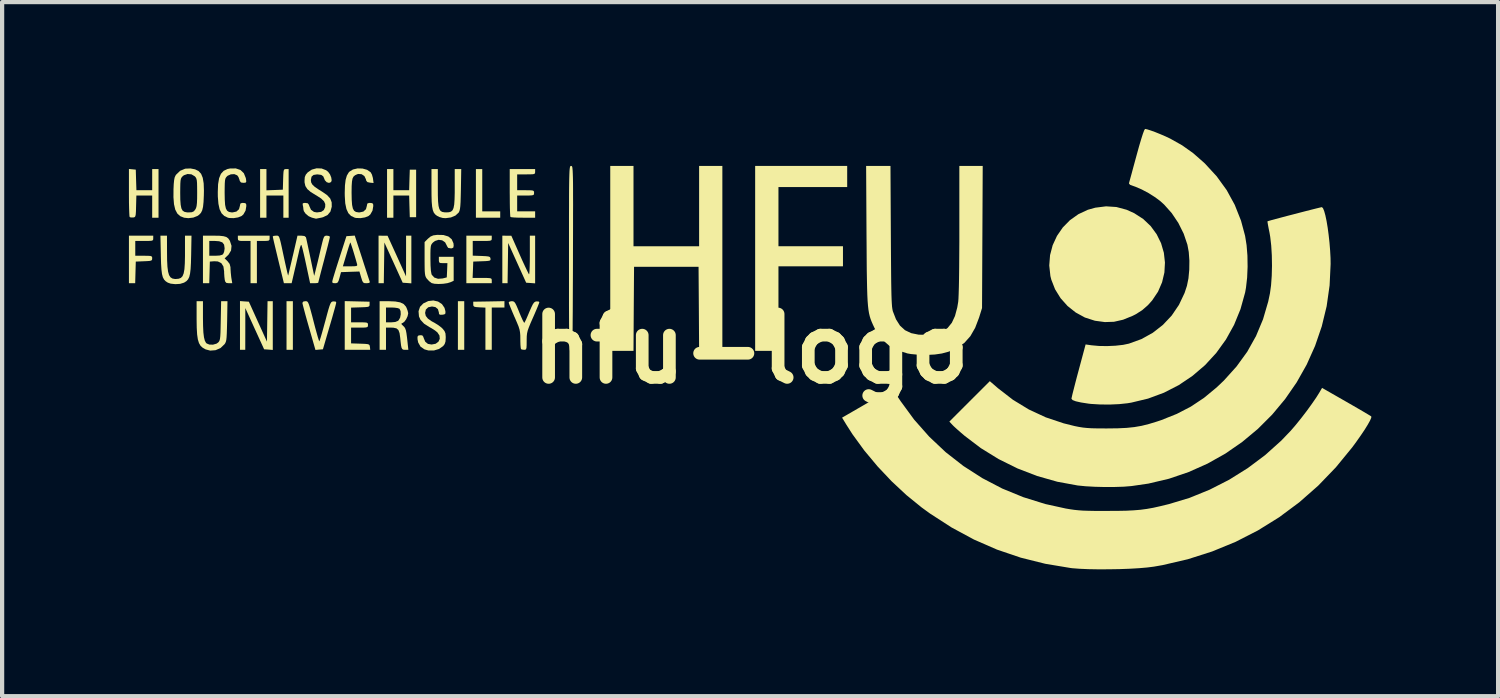
<source format=kicad_pcb>
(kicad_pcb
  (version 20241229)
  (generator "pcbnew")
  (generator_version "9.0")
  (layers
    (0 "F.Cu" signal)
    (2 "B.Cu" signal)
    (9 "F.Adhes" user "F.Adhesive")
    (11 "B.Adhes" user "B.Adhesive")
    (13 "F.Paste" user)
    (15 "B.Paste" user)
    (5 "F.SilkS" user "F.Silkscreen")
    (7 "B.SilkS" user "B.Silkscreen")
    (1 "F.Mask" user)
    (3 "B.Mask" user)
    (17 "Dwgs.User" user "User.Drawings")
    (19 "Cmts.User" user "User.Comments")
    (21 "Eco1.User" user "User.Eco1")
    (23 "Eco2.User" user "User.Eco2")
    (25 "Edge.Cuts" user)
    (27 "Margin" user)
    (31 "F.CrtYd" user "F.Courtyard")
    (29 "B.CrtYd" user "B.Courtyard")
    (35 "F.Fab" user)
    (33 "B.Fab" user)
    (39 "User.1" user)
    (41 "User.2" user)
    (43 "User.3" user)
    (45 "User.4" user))
  (footprint "hfu-logo"
    (layer "F.Cu")
    (at 14.714 5.2)
    (property "Reference" "hfu-logo" (at 0 0 0) (layer "F.SilkS") (effects (font (size 1.5 1.5) (thickness 0.3))))
    (attr board_only exclude_from_pos_files exclude_from_bom allow_missing_courtyard)
    (fp_poly (pts (xy -10.836 -0.55) (xy -10.836 0.025) (xy -10.911 0.025) (xy -10.986 0.025) (xy -10.986 -0.55) (xy -10.986 -1.125) (xy -10.911 -1.125) (xy -10.836 -1.125)) (stroke (width 0) (type solid)) (fill yes) (layer "F.SilkS"))
    (fp_poly (pts (xy -6.782 -0.55) (xy -6.782 0.025) (xy -6.857 0.025) (xy -6.932 0.025) (xy -6.932 -0.55) (xy -6.932 -1.125) (xy -6.857 -1.125) (xy -6.782 -1.125)) (stroke (width 0) (type solid)) (fill yes) (layer "F.SilkS"))
    (fp_poly (pts (xy -6.356 -3.75) (xy -6.356 -3.25) (xy -6.144 -3.25) (xy -5.931 -3.25) (xy -5.931 -3.175) (xy -5.931 -3.1) (xy -6.219 -3.1) (xy -6.506 -3.1) (xy -6.506 -3.675) (xy -6.506 -4.25) (xy -6.431 -4.25) (xy -6.356 -4.25)) (stroke (width 0) (type solid)) (fill yes) (layer "F.SilkS"))
    (fp_poly (pts (xy -5.831 -1.051) (xy -5.831 -0.975) (xy -5.981 -0.975) (xy -6.131 -0.975) (xy -6.131 -0.475) (xy -6.131 0.025) (xy -6.206 0.025) (xy -6.281 0.025) (xy -6.281 -0.474) (xy -6.281 -0.973) (xy -6.425 -0.98) (xy -6.506 -0.986) (xy -6.549 -0.997) (xy -6.566 -1.018) (xy -6.569 -1.05) (xy -6.569 -1.113) (xy -6.2 -1.119) (xy -5.831 -1.126)) (stroke (width 0) (type solid)) (fill yes) (layer "F.SilkS"))
    (fp_poly (pts (xy -11.982 -1.12) (xy -11.877 -1.113) (xy -11.663 -0.64) (xy -11.449 -0.168) (xy -11.442 -0.646) (xy -11.435 -1.125) (xy -11.373 -1.125) (xy -11.311 -1.125) (xy -11.311 -0.549) (xy -11.311 0.028) (xy -11.414 0.02) (xy -11.516 0.013) (xy -11.739 -0.475) (xy -11.961 -0.963) (xy -11.961 -0.469) (xy -11.962 0.025) (xy -12.024 0.025) (xy -12.087 0.025) (xy -12.087 -0.551) (xy -12.087 -1.128)) (stroke (width 0) (type solid)) (fill yes) (layer "F.SilkS"))
    (fp_poly (pts (xy -8.033 -2.111) (xy -8.033 -1.547) (xy -8.135 -1.555) (xy -8.238 -1.562) (xy -8.454 -2.038) (xy -8.671 -2.513) (xy -8.678 -2.031) (xy -8.685 -1.55) (xy -8.747 -1.55) (xy -8.809 -1.55) (xy -8.809 -2.112) (xy -8.809 -2.675) (xy -8.702 -2.674) (xy -8.596 -2.673) (xy -8.377 -2.193) (xy -8.159 -1.712) (xy -8.158 -2.194) (xy -8.158 -2.675) (xy -8.095 -2.675) (xy -8.033 -2.675)) (stroke (width 0) (type solid)) (fill yes) (layer "F.SilkS"))
    (fp_poly (pts (xy 2.277 -4.075) (xy 2.277 -3.825) (xy 1.464 -3.825) (xy 0.651 -3.825) (xy 0.651 -3.125) (xy 0.651 -2.425) (xy 1.414 -2.425) (xy 2.177 -2.425) (xy 2.177 -2.188) (xy 2.177 -1.95) (xy 1.414 -1.95) (xy 0.651 -1.95) (xy 0.651 -0.95) (xy 0.651 0.05) (xy 0.375 0.05) (xy 0.1 0.05) (xy 0.1 -2.138) (xy 0.1 -4.325) (xy 1.189 -4.325) (xy 2.277 -4.325)) (stroke (width 0) (type solid)) (fill yes) (layer "F.SilkS"))
    (fp_poly (pts (xy -11.386 -2.612) (xy -11.389 -2.578) (xy -11.407 -2.559) (xy -11.45 -2.552) (xy -11.531 -2.55) (xy -11.536 -2.55) (xy -11.687 -2.55) (xy -11.687 -2.05) (xy -11.687 -1.55) (xy -11.762 -1.55) (xy -11.837 -1.55) (xy -11.837 -2.05) (xy -11.837 -2.55) (xy -11.987 -2.55) (xy -12.07 -2.551) (xy -12.115 -2.559) (xy -12.133 -2.577) (xy -12.137 -2.61) (xy -12.137 -2.612) (xy -12.137 -2.675) (xy -11.762 -2.675) (xy -11.386 -2.675)) (stroke (width 0) (type solid)) (fill yes) (layer "F.SilkS"))
    (fp_poly (pts (xy -8.458 -4) (xy -8.458 -3.75) (xy -8.272 -3.75) (xy -8.085 -3.75) (xy -8.078 -3.994) (xy -8.07 -4.237) (xy -7.995 -4.237) (xy -7.92 -4.237) (xy -7.92 -3.675) (xy -7.92 -3.112) (xy -7.995 -3.112) (xy -8.07 -3.112) (xy -8.078 -3.369) (xy -8.085 -3.625) (xy -8.272 -3.625) (xy -8.458 -3.625) (xy -8.458 -3.362) (xy -8.458 -3.1) (xy -8.533 -3.1) (xy -8.608 -3.1) (xy -8.608 -3.675) (xy -8.608 -4.25) (xy -8.533 -4.25) (xy -8.458 -4.25)) (stroke (width 0) (type solid)) (fill yes) (layer "F.SilkS"))
    (fp_poly (pts (xy -2.778 -3.375) (xy -2.778 -2.425) (xy -2.002 -2.425) (xy -1.226 -2.425) (xy -1.226 -3.375) (xy -1.226 -4.325) (xy -0.951 -4.325) (xy -0.676 -4.325) (xy -0.676 -2.138) (xy -0.676 0.05) (xy -0.951 0.05) (xy -1.226 0.05) (xy -1.232 -0.944) (xy -1.239 -1.938) (xy -2.002 -1.938) (xy -2.765 -1.938) (xy -2.772 -0.944) (xy -2.778 0.05) (xy -3.053 0.05) (xy -3.328 0.05) (xy -3.328 -2.138) (xy -3.328 -4.325) (xy -3.053 -4.325) (xy -2.778 -4.325)) (stroke (width 0) (type solid)) (fill yes) (layer "F.SilkS"))
    (fp_poly (pts (xy -11.461 -3.999) (xy -11.461 -3.748) (xy -11.267 -3.755) (xy -11.073 -3.763) (xy -11.066 -4.006) (xy -11.062 -4.118) (xy -11.057 -4.189) (xy -11.048 -4.228) (xy -11.033 -4.246) (xy -11.008 -4.25) (xy -10.997 -4.25) (xy -10.936 -4.25) (xy -10.936 -3.675) (xy -10.936 -3.1) (xy -10.998 -3.1) (xy -11.061 -3.1) (xy -11.061 -3.362) (xy -11.061 -3.625) (xy -11.261 -3.625) (xy -11.461 -3.625) (xy -11.461 -3.362) (xy -11.461 -3.1) (xy -11.536 -3.1) (xy -11.611 -3.1) (xy -11.611 -3.675) (xy -11.611 -4.25) (xy -11.536 -4.25) (xy -11.461 -4.25)) (stroke (width 0) (type solid)) (fill yes) (layer "F.SilkS"))
    (fp_poly (pts (xy -14.139 -2.612) (xy -14.141 -2.582) (xy -14.153 -2.564) (xy -14.186 -2.554) (xy -14.249 -2.551) (xy -14.352 -2.55) (xy -14.564 -2.55) (xy -14.564 -2.375) (xy -14.564 -2.2) (xy -14.364 -2.2) (xy -14.265 -2.199) (xy -14.205 -2.195) (xy -14.176 -2.184) (xy -14.165 -2.164) (xy -14.164 -2.139) (xy -14.167 -2.108) (xy -14.181 -2.089) (xy -14.219 -2.078) (xy -14.289 -2.073) (xy -14.358 -2.07) (xy -14.552 -2.062) (xy -14.559 -1.806) (xy -14.566 -1.55) (xy -14.64 -1.55) (xy -14.714 -1.55) (xy -14.714 -2.112) (xy -14.714 -2.675) (xy -14.427 -2.675) (xy -14.139 -2.675)) (stroke (width 0) (type solid)) (fill yes) (layer "F.SilkS"))
    (fp_poly (pts (xy -5.105 -2.111) (xy -5.105 -1.547) (xy -5.211 -1.555) (xy -5.317 -1.562) (xy -5.53 -2.032) (xy -5.743 -2.502) (xy -5.75 -2.026) (xy -5.757 -1.55) (xy -5.819 -1.55) (xy -5.881 -1.55) (xy -5.881 -2.112) (xy -5.881 -2.675) (xy -5.774 -2.674) (xy -5.668 -2.674) (xy -5.468 -2.222) (xy -5.406 -2.083) (xy -5.349 -1.96) (xy -5.302 -1.861) (xy -5.268 -1.792) (xy -5.25 -1.76) (xy -5.249 -1.759) (xy -5.243 -1.779) (xy -5.238 -1.841) (xy -5.234 -1.938) (xy -5.231 -2.063) (xy -5.23 -2.208) (xy -5.23 -2.211) (xy -5.23 -2.675) (xy -5.168 -2.675) (xy -5.105 -2.675)) (stroke (width 0) (type solid)) (fill yes) (layer "F.SilkS"))
    (fp_poly (pts (xy -14.633 -4.245) (xy -14.552 -4.237) (xy -14.545 -3.994) (xy -14.537 -3.75) (xy -14.351 -3.75) (xy -14.164 -3.75) (xy -14.164 -4) (xy -14.164 -4.25) (xy -14.089 -4.25) (xy -14.014 -4.25) (xy -14.014 -3.675) (xy -14.014 -3.1) (xy -14.089 -3.1) (xy -14.164 -3.1) (xy -14.164 -3.362) (xy -14.164 -3.625) (xy -14.351 -3.625) (xy -14.538 -3.625) (xy -14.545 -3.369) (xy -14.548 -3.254) (xy -14.553 -3.179) (xy -14.562 -3.136) (xy -14.577 -3.115) (xy -14.6 -3.107) (xy -14.615 -3.105) (xy -14.67 -3.106) (xy -14.697 -3.116) (xy -14.702 -3.145) (xy -14.706 -3.216) (xy -14.71 -3.323) (xy -14.713 -3.458) (xy -14.714 -3.614) (xy -14.714 -3.693) (xy -14.714 -4.253)) (stroke (width 0) (type solid)) (fill yes) (layer "F.SilkS"))
    (fp_poly (pts (xy -9.315 -1.12) (xy -9.021 -1.113) (xy -9.021 -1.05) (xy -9.023 -1.02) (xy -9.036 -1.001) (xy -9.07 -0.99) (xy -9.133 -0.984) (xy -9.237 -0.98) (xy -9.24 -0.98) (xy -9.459 -0.973) (xy -9.459 -0.799) (xy -9.459 -0.625) (xy -9.259 -0.625) (xy -9.16 -0.624) (xy -9.1 -0.62) (xy -9.071 -0.609) (xy -9.06 -0.589) (xy -9.059 -0.562) (xy -9.061 -0.532) (xy -9.074 -0.513) (xy -9.109 -0.504) (xy -9.175 -0.5) (xy -9.259 -0.5) (xy -9.459 -0.5) (xy -9.459 -0.313) (xy -9.459 -0.127) (xy -9.24 -0.12) (xy -9.135 -0.116) (xy -9.071 -0.11) (xy -9.035 -0.099) (xy -9.02 -0.079) (xy -9.014 -0.048) (xy -9.013 -0.044) (xy -9.006 0.025) (xy -9.308 0.025) (xy -9.609 0.025) (xy -9.609 -0.551) (xy -9.609 -1.127)) (stroke (width 0) (type solid)) (fill yes) (layer "F.SilkS"))
    (fp_poly (pts (xy -6.131 -2.612) (xy -6.133 -2.583) (xy -6.145 -2.565) (xy -6.176 -2.555) (xy -6.237 -2.551) (xy -6.336 -2.55) (xy -6.356 -2.55) (xy -6.581 -2.55) (xy -6.581 -2.376) (xy -6.581 -2.202) (xy -6.375 -2.195) (xy -6.273 -2.19) (xy -6.211 -2.183) (xy -6.178 -2.171) (xy -6.164 -2.15) (xy -6.161 -2.132) (xy -6.16 -2.105) (xy -6.173 -2.088) (xy -6.21 -2.079) (xy -6.279 -2.073) (xy -6.361 -2.07) (xy -6.569 -2.062) (xy -6.576 -1.869) (xy -6.584 -1.675) (xy -6.357 -1.675) (xy -6.25 -1.675) (xy -6.184 -1.671) (xy -6.148 -1.663) (xy -6.134 -1.646) (xy -6.131 -1.618) (xy -6.131 -1.613) (xy -6.131 -1.55) (xy -6.431 -1.55) (xy -6.732 -1.55) (xy -6.732 -2.112) (xy -6.732 -2.675) (xy -6.431 -2.675) (xy -6.131 -2.675)) (stroke (width 0) (type solid)) (fill yes) (layer "F.SilkS"))
    (fp_poly (pts (xy 8.645 -3.353) (xy 8.884 -3.289) (xy 9.065 -3.208) (xy 9.279 -3.07) (xy 9.457 -2.901) (xy 9.598 -2.708) (xy 9.702 -2.497) (xy 9.768 -2.271) (xy 9.794 -2.039) (xy 9.781 -1.804) (xy 9.726 -1.572) (xy 9.63 -1.35) (xy 9.491 -1.143) (xy 9.393 -1.033) (xy 9.256 -0.913) (xy 9.105 -0.817) (xy 9.03 -0.779) (xy 8.804 -0.687) (xy 8.588 -0.638) (xy 8.372 -0.631) (xy 8.142 -0.662) (xy 8.133 -0.664) (xy 7.9 -0.739) (xy 7.684 -0.857) (xy 7.49 -1.011) (xy 7.325 -1.196) (xy 7.195 -1.406) (xy 7.106 -1.633) (xy 7.084 -1.72) (xy 7.057 -1.97) (xy 7.076 -2.215) (xy 7.138 -2.45) (xy 7.24 -2.67) (xy 7.377 -2.869) (xy 7.547 -3.042) (xy 7.746 -3.183) (xy 7.971 -3.288) (xy 8.146 -3.337) (xy 8.401 -3.369)) (stroke (width 0) (type solid)) (fill yes) (layer "F.SilkS"))
    (fp_poly (pts (xy -5.105 -4.188) (xy -5.107 -4.157) (xy -5.119 -4.139) (xy -5.152 -4.129) (xy -5.216 -4.126) (xy -5.318 -4.125) (xy -5.53 -4.125) (xy -5.53 -3.938) (xy -5.53 -3.75) (xy -5.33 -3.75) (xy -5.231 -3.749) (xy -5.172 -3.745) (xy -5.142 -3.734) (xy -5.131 -3.714) (xy -5.13 -3.688) (xy -5.132 -3.657) (xy -5.145 -3.638) (xy -5.18 -3.629) (xy -5.246 -3.625) (xy -5.33 -3.625) (xy -5.53 -3.625) (xy -5.53 -3.438) (xy -5.53 -3.25) (xy -5.318 -3.25) (xy -5.105 -3.25) (xy -5.105 -3.175) (xy -5.105 -3.1) (xy -5.389 -3.1) (xy -5.503 -3.101) (xy -5.599 -3.105) (xy -5.664 -3.111) (xy -5.689 -3.117) (xy -5.694 -3.145) (xy -5.698 -3.217) (xy -5.702 -3.324) (xy -5.704 -3.458) (xy -5.705 -3.613) (xy -5.706 -3.692) (xy -5.706 -4.25) (xy -5.405 -4.25) (xy -5.105 -4.25)) (stroke (width 0) (type solid)) (fill yes) (layer "F.SilkS"))
    (fp_poly (pts (xy -13.813 -2.294) (xy -13.811 -2.094) (xy -13.803 -1.939) (xy -13.788 -1.824) (xy -13.765 -1.743) (xy -13.731 -1.69) (xy -13.685 -1.661) (xy -13.625 -1.65) (xy -13.607 -1.65) (xy -13.538 -1.656) (xy -13.485 -1.676) (xy -13.446 -1.717) (xy -13.419 -1.784) (xy -13.401 -1.883) (xy -13.392 -2.018) (xy -13.388 -2.196) (xy -13.388 -2.266) (xy -13.388 -2.675) (xy -13.311 -2.675) (xy -13.234 -2.675) (xy -13.242 -2.219) (xy -13.247 -2.031) (xy -13.255 -1.886) (xy -13.268 -1.778) (xy -13.287 -1.698) (xy -13.315 -1.642) (xy -13.353 -1.6) (xy -13.403 -1.568) (xy -13.412 -1.563) (xy -13.504 -1.535) (xy -13.616 -1.528) (xy -13.726 -1.54) (xy -13.795 -1.564) (xy -13.845 -1.597) (xy -13.883 -1.637) (xy -13.912 -1.692) (xy -13.932 -1.769) (xy -13.945 -1.875) (xy -13.954 -2.016) (xy -13.959 -2.199) (xy -13.959 -2.219) (xy -13.969 -2.675) (xy -13.891 -2.675) (xy -13.814 -2.675)) (stroke (width 0) (type solid)) (fill yes) (layer "F.SilkS"))
    (fp_poly (pts (xy -12.963 -0.731) (xy -12.96 -0.536) (xy -12.953 -0.385) (xy -12.939 -0.272) (xy -12.919 -0.193) (xy -12.892 -0.142) (xy -12.875 -0.125) (xy -12.809 -0.098) (xy -12.725 -0.097) (xy -12.643 -0.12) (xy -12.603 -0.148) (xy -12.584 -0.17) (xy -12.57 -0.197) (xy -12.56 -0.237) (xy -12.553 -0.298) (xy -12.548 -0.387) (xy -12.545 -0.512) (xy -12.542 -0.663) (xy -12.533 -1.125) (xy -12.458 -1.125) (xy -12.383 -1.125) (xy -12.391 -0.652) (xy -12.395 -0.485) (xy -12.399 -0.36) (xy -12.404 -0.27) (xy -12.411 -0.207) (xy -12.422 -0.163) (xy -12.437 -0.13) (xy -12.452 -0.108) (xy -12.547 -0.017) (xy -12.664 0.034) (xy -12.791 0.044) (xy -12.9 0.015) (xy -12.967 -0.022) (xy -13.019 -0.069) (xy -13.057 -0.134) (xy -13.084 -0.222) (xy -13.101 -0.341) (xy -13.11 -0.496) (xy -13.113 -0.693) (xy -13.113 -0.719) (xy -13.113 -1.125) (xy -13.038 -1.125) (xy -12.963 -1.125)) (stroke (width 0) (type solid)) (fill yes) (layer "F.SilkS"))
    (fp_poly (pts (xy -7.407 -3.811) (xy -7.406 -3.624) (xy -7.401 -3.482) (xy -7.39 -3.378) (xy -7.371 -3.307) (xy -7.343 -3.261) (xy -7.303 -3.237) (xy -7.248 -3.227) (xy -7.207 -3.226) (xy -7.143 -3.229) (xy -7.095 -3.244) (xy -7.059 -3.276) (xy -7.035 -3.33) (xy -7.019 -3.414) (xy -7.011 -3.532) (xy -7.007 -3.69) (xy -7.007 -3.811) (xy -7.007 -4.25) (xy -6.93 -4.25) (xy -6.853 -4.25) (xy -6.861 -3.769) (xy -6.865 -3.597) (xy -6.869 -3.468) (xy -6.875 -3.375) (xy -6.883 -3.309) (xy -6.894 -3.263) (xy -6.908 -3.231) (xy -6.914 -3.221) (xy -6.99 -3.151) (xy -7.097 -3.106) (xy -7.222 -3.089) (xy -7.292 -3.094) (xy -7.37 -3.116) (xy -7.427 -3.145) (xy -7.47 -3.179) (xy -7.503 -3.222) (xy -7.526 -3.282) (xy -7.542 -3.365) (xy -7.552 -3.478) (xy -7.556 -3.628) (xy -7.557 -3.799) (xy -7.557 -4.25) (xy -7.482 -4.25) (xy -7.407 -4.25)) (stroke (width 0) (type solid)) (fill yes) (layer "F.SilkS"))
    (fp_poly (pts (xy -10.516 -1.124) (xy -10.496 -1.117) (xy -10.478 -1.096) (xy -10.46 -1.057) (xy -10.439 -0.993) (xy -10.412 -0.897) (xy -10.376 -0.764) (xy -10.347 -0.65) (xy -10.309 -0.504) (xy -10.274 -0.377) (xy -10.245 -0.274) (xy -10.223 -0.205) (xy -10.212 -0.176) (xy -10.211 -0.175) (xy -10.201 -0.198) (xy -10.18 -0.262) (xy -10.151 -0.36) (xy -10.116 -0.484) (xy -10.077 -0.627) (xy -10.072 -0.644) (xy -10.029 -0.805) (xy -9.996 -0.925) (xy -9.97 -1.009) (xy -9.949 -1.064) (xy -9.931 -1.096) (xy -9.912 -1.112) (xy -9.89 -1.119) (xy -9.878 -1.12) (xy -9.824 -1.116) (xy -9.81 -1.095) (xy -9.816 -1.063) (xy -9.835 -0.989) (xy -9.865 -0.883) (xy -9.902 -0.75) (xy -9.946 -0.599) (xy -9.968 -0.525) (xy -10.125 0.013) (xy -10.214 0.02) (xy -10.302 0.028) (xy -10.456 -0.51) (xy -10.501 -0.668) (xy -10.541 -0.811) (xy -10.573 -0.932) (xy -10.597 -1.023) (xy -10.609 -1.076) (xy -10.61 -1.087) (xy -10.588 -1.117) (xy -10.54 -1.125)) (stroke (width 0) (type solid)) (fill yes) (layer "F.SilkS"))
    (fp_poly (pts (xy -12.574 -2.673) (xy -12.478 -2.663) (xy -12.411 -2.644) (xy -12.366 -2.612) (xy -12.332 -2.563) (xy -12.325 -2.551) (xy -12.287 -2.434) (xy -12.298 -2.325) (xy -12.356 -2.229) (xy -12.368 -2.216) (xy -12.45 -2.138) (xy -12.381 -2.07) (xy -12.332 -2.007) (xy -12.312 -1.931) (xy -12.311 -1.895) (xy -12.305 -1.8) (xy -12.294 -1.695) (xy -12.29 -1.669) (xy -12.27 -1.55) (xy -12.35 -1.55) (xy -12.408 -1.557) (xy -12.436 -1.588) (xy -12.447 -1.628) (xy -12.456 -1.702) (xy -12.462 -1.795) (xy -12.462 -1.829) (xy -12.479 -1.946) (xy -12.528 -2.024) (xy -12.61 -2.065) (xy -12.694 -2.07) (xy -12.8 -2.062) (xy -12.807 -1.806) (xy -12.814 -1.55) (xy -12.889 -1.55) (xy -12.963 -1.55) (xy -12.963 -2.112) (xy -12.963 -2.375) (xy -12.813 -2.375) (xy -12.813 -2.2) (xy -12.666 -2.2) (xy -12.566 -2.206) (xy -12.505 -2.224) (xy -12.485 -2.241) (xy -12.463 -2.291) (xy -12.451 -2.365) (xy -12.451 -2.381) (xy -12.463 -2.463) (xy -12.504 -2.516) (xy -12.58 -2.543) (xy -12.68 -2.55) (xy -12.813 -2.55) (xy -12.813 -2.375) (xy -12.963 -2.375) (xy -12.963 -2.675) (xy -12.711 -2.675)) (stroke (width 0) (type solid)) (fill yes) (layer "F.SilkS"))
    (fp_poly (pts (xy -9.199 -2.145) (xy -9.149 -1.989) (xy -9.103 -1.848) (xy -9.065 -1.73) (xy -9.036 -1.642) (xy -9.019 -1.59) (xy -9.016 -1.581) (xy -9.027 -1.558) (xy -9.085 -1.55) (xy -9.093 -1.55) (xy -9.143 -1.553) (xy -9.174 -1.569) (xy -9.196 -1.61) (xy -9.22 -1.687) (xy -9.221 -1.688) (xy -9.261 -1.827) (xy -9.479 -1.82) (xy -9.697 -1.812) (xy -9.732 -1.681) (xy -9.755 -1.605) (xy -9.777 -1.566) (xy -9.809 -1.552) (xy -9.84 -1.55) (xy -9.891 -1.555) (xy -9.905 -1.579) (xy -9.898 -1.619) (xy -9.886 -1.663) (xy -9.861 -1.746) (xy -9.826 -1.861) (xy -9.798 -1.95) (xy -9.653 -1.95) (xy -9.478 -1.95) (xy -9.386 -1.951) (xy -9.335 -1.957) (xy -9.315 -1.97) (xy -9.315 -1.993) (xy -9.315 -1.994) (xy -9.348 -2.112) (xy -9.383 -2.231) (xy -9.416 -2.34) (xy -9.445 -2.429) (xy -9.466 -2.491) (xy -9.477 -2.515) (xy -9.478 -2.515) (xy -9.488 -2.488) (xy -9.51 -2.424) (xy -9.539 -2.331) (xy -9.57 -2.228) (xy -9.653 -1.95) (xy -9.798 -1.95) (xy -9.783 -1.997) (xy -9.735 -2.147) (xy -9.726 -2.175) (xy -9.569 -2.663) (xy -9.471 -2.67) (xy -9.372 -2.677)) (stroke (width 0) (type solid)) (fill yes) (layer "F.SilkS"))
    (fp_poly (pts (xy -5.626 -1.122) (xy -5.6 -1.109) (xy -5.575 -1.077) (xy -5.545 -1.018) (xy -5.505 -0.924) (xy -5.48 -0.861) (xy -5.437 -0.759) (xy -5.4 -0.677) (xy -5.372 -0.626) (xy -5.359 -0.613) (xy -5.344 -0.641) (xy -5.314 -0.704) (xy -5.275 -0.794) (xy -5.243 -0.87) (xy -5.195 -0.98) (xy -5.16 -1.051) (xy -5.131 -1.093) (xy -5.103 -1.113) (xy -5.073 -1.12) (xy -5.024 -1.118) (xy -5.005 -1.102) (xy -5.015 -1.071) (xy -5.041 -1.004) (xy -5.081 -0.908) (xy -5.131 -0.792) (xy -5.155 -0.738) (xy -5.214 -0.604) (xy -5.254 -0.505) (xy -5.281 -0.429) (xy -5.296 -0.363) (xy -5.303 -0.298) (xy -5.305 -0.221) (xy -5.305 -0.187) (xy -5.306 -0.084) (xy -5.31 -0.021) (xy -5.32 0.011) (xy -5.338 0.023) (xy -5.364 0.025) (xy -5.416 0.019) (xy -5.439 0.008) (xy -5.446 -0.023) (xy -5.452 -0.091) (xy -5.455 -0.184) (xy -5.455 -0.225) (xy -5.456 -0.315) (xy -5.462 -0.387) (xy -5.474 -0.453) (xy -5.497 -0.527) (xy -5.535 -0.62) (xy -5.589 -0.745) (xy -5.593 -0.752) (xy -5.643 -0.869) (xy -5.685 -0.97) (xy -5.715 -1.047) (xy -5.73 -1.09) (xy -5.73 -1.094) (xy -5.709 -1.117) (xy -5.658 -1.125)) (stroke (width 0) (type solid)) (fill yes) (layer "F.SilkS"))
    (fp_poly (pts (xy -12.076 -4.229) (xy -11.996 -4.153) (xy -11.95 -4.04) (xy -11.945 -4.015) (xy -11.938 -3.956) (xy -11.951 -3.931) (xy -11.993 -3.925) (xy -12.007 -3.925) (xy -12.063 -3.933) (xy -12.091 -3.969) (xy -12.099 -3.998) (xy -12.123 -4.062) (xy -12.152 -4.102) (xy -12.221 -4.131) (xy -12.304 -4.126) (xy -12.38 -4.092) (xy -12.395 -4.078) (xy -12.417 -4.053) (xy -12.433 -4.022) (xy -12.442 -3.976) (xy -12.447 -3.907) (xy -12.449 -3.805) (xy -12.45 -3.692) (xy -12.447 -3.526) (xy -12.439 -3.404) (xy -12.421 -3.32) (xy -12.392 -3.266) (xy -12.348 -3.237) (xy -12.289 -3.226) (xy -12.263 -3.225) (xy -12.171 -3.245) (xy -12.11 -3.301) (xy -12.087 -3.387) (xy -12.087 -3.393) (xy -12.078 -3.434) (xy -12.04 -3.449) (xy -12.012 -3.45) (xy -11.959 -3.444) (xy -11.939 -3.415) (xy -11.937 -3.376) (xy -11.955 -3.268) (xy -12.006 -3.178) (xy -12.048 -3.141) (xy -12.131 -3.107) (xy -12.236 -3.09) (xy -12.338 -3.093) (xy -12.372 -3.1) (xy -12.458 -3.141) (xy -12.523 -3.205) (xy -12.569 -3.3) (xy -12.597 -3.429) (xy -12.611 -3.599) (xy -12.612 -3.707) (xy -12.605 -3.892) (xy -12.581 -4.034) (xy -12.538 -4.138) (xy -12.473 -4.209) (xy -12.385 -4.251) (xy -12.324 -4.264) (xy -12.186 -4.266)) (stroke (width 0) (type solid)) (fill yes) (layer "F.SilkS"))
    (fp_poly (pts (xy -9.188 -4.263) (xy -9.08 -4.233) (xy -8.998 -4.177) (xy -8.997 -4.176) (xy -8.966 -4.121) (xy -8.944 -4.044) (xy -8.941 -4.025) (xy -8.927 -3.921) (xy -9.011 -3.929) (xy -9.072 -3.942) (xy -9.1 -3.975) (xy -9.109 -4.012) (xy -9.144 -4.085) (xy -9.209 -4.129) (xy -9.288 -4.135) (xy -9.314 -4.128) (xy -9.365 -4.104) (xy -9.401 -4.073) (xy -9.425 -4.026) (xy -9.438 -3.954) (xy -9.445 -3.85) (xy -9.447 -3.705) (xy -9.447 -3.689) (xy -9.444 -3.524) (xy -9.435 -3.402) (xy -9.417 -3.318) (xy -9.388 -3.265) (xy -9.344 -3.236) (xy -9.283 -3.226) (xy -9.26 -3.225) (xy -9.168 -3.245) (xy -9.107 -3.301) (xy -9.084 -3.387) (xy -9.084 -3.393) (xy -9.075 -3.434) (xy -9.037 -3.449) (xy -9.009 -3.45) (xy -8.956 -3.444) (xy -8.936 -3.415) (xy -8.934 -3.376) (xy -8.952 -3.268) (xy -9.003 -3.178) (xy -9.045 -3.141) (xy -9.129 -3.107) (xy -9.236 -3.09) (xy -9.34 -3.094) (xy -9.373 -3.101) (xy -9.46 -3.142) (xy -9.524 -3.208) (xy -9.569 -3.306) (xy -9.597 -3.44) (xy -9.608 -3.615) (xy -9.609 -3.688) (xy -9.604 -3.863) (xy -9.588 -3.996) (xy -9.559 -4.096) (xy -9.516 -4.169) (xy -9.498 -4.189) (xy -9.414 -4.241) (xy -9.305 -4.266)) (stroke (width 0) (type solid)) (fill yes) (layer "F.SilkS"))
    (fp_poly (pts (xy -8.413 -1.118) (xy -8.297 -1.097) (xy -8.216 -1.058) (xy -8.162 -0.998) (xy -8.145 -0.964) (xy -8.12 -0.896) (xy -8.108 -0.841) (xy -8.108 -0.836) (xy -8.122 -0.77) (xy -8.156 -0.697) (xy -8.2 -0.638) (xy -8.237 -0.611) (xy -8.267 -0.598) (xy -8.265 -0.579) (xy -8.227 -0.541) (xy -8.224 -0.538) (xy -8.197 -0.511) (xy -8.178 -0.479) (xy -8.162 -0.434) (xy -8.149 -0.367) (xy -8.136 -0.269) (xy -8.121 -0.131) (xy -8.12 -0.119) (xy -8.104 0.025) (xy -8.181 0.025) (xy -8.22 0.023) (xy -8.246 0.01) (xy -8.264 -0.021) (xy -8.277 -0.08) (xy -8.288 -0.174) (xy -8.296 -0.256) (xy -8.312 -0.37) (xy -8.339 -0.442) (xy -8.385 -0.482) (xy -8.458 -0.498) (xy -8.51 -0.5) (xy -8.633 -0.5) (xy -8.633 -0.237) (xy -8.633 0.025) (xy -8.709 0.025) (xy -8.784 0.025) (xy -8.784 -0.55) (xy -8.784 -0.8) (xy -8.633 -0.8) (xy -8.633 -0.625) (xy -8.508 -0.625) (xy -8.414 -0.633) (xy -8.351 -0.659) (xy -8.333 -0.675) (xy -8.299 -0.735) (xy -8.284 -0.814) (xy -8.288 -0.892) (xy -8.313 -0.945) (xy -8.353 -0.961) (xy -8.425 -0.972) (xy -8.488 -0.975) (xy -8.633 -0.975) (xy -8.633 -0.8) (xy -8.784 -0.8) (xy -8.784 -1.125) (xy -8.57 -1.125)) (stroke (width 0) (type solid)) (fill yes) (layer "F.SilkS"))
    (fp_poly (pts (xy -7.402 -1.117) (xy -7.31 -1.057) (xy -7.249 -0.968) (xy -7.227 -0.887) (xy -7.227 -0.835) (xy -7.252 -0.813) (xy -7.301 -0.805) (xy -7.357 -0.804) (xy -7.379 -0.824) (xy -7.382 -0.859) (xy -7.404 -0.936) (xy -7.463 -0.985) (xy -7.545 -1) (xy -7.634 -0.981) (xy -7.69 -0.928) (xy -7.708 -0.848) (xy -7.692 -0.777) (xy -7.642 -0.713) (xy -7.551 -0.649) (xy -7.489 -0.616) (xy -7.403 -0.563) (xy -7.322 -0.502) (xy -7.295 -0.476) (xy -7.249 -0.419) (xy -7.226 -0.362) (xy -7.22 -0.282) (xy -7.22 -0.263) (xy -7.225 -0.172) (xy -7.245 -0.111) (xy -7.28 -0.064) (xy -7.378 0.005) (xy -7.499 0.041) (xy -7.629 0.041) (xy -7.724 0.014) (xy -7.817 -0.051) (xy -7.872 -0.149) (xy -7.887 -0.225) (xy -7.888 -0.284) (xy -7.87 -0.311) (xy -7.827 -0.32) (xy -7.776 -0.317) (xy -7.75 -0.283) (xy -7.743 -0.258) (xy -7.704 -0.166) (xy -7.641 -0.115) (xy -7.554 -0.1) (xy -7.458 -0.118) (xy -7.392 -0.167) (xy -7.361 -0.235) (xy -7.368 -0.313) (xy -7.417 -0.387) (xy -7.474 -0.433) (xy -7.554 -0.484) (xy -7.598 -0.508) (xy -7.732 -0.593) (xy -7.818 -0.686) (xy -7.853 -0.765) (xy -7.863 -0.887) (xy -7.828 -0.992) (xy -7.749 -1.073) (xy -7.633 -1.128) (xy -7.513 -1.142)) (stroke (width 0) (type solid)) (fill yes) (layer "F.SilkS"))
    (fp_poly (pts (xy -13.149 -4.244) (xy -13.067 -4.204) (xy -13.007 -4.139) (xy -12.968 -4.044) (xy -12.946 -3.913) (xy -12.94 -3.743) (xy -12.942 -3.63) (xy -12.949 -3.473) (xy -12.961 -3.357) (xy -12.981 -3.274) (xy -13.011 -3.214) (xy -13.055 -3.168) (xy -13.094 -3.141) (xy -13.191 -3.103) (xy -13.308 -3.089) (xy -13.409 -3.1) (xy -13.5 -3.136) (xy -13.569 -3.198) (xy -13.618 -3.291) (xy -13.648 -3.419) (xy -13.661 -3.586) (xy -13.66 -3.692) (xy -13.501 -3.692) (xy -13.499 -3.527) (xy -13.49 -3.406) (xy -13.473 -3.321) (xy -13.444 -3.267) (xy -13.4 -3.238) (xy -13.339 -3.226) (xy -13.301 -3.225) (xy -13.225 -3.23) (xy -13.178 -3.252) (xy -13.145 -3.293) (xy -13.126 -3.329) (xy -13.113 -3.378) (xy -13.105 -3.449) (xy -13.101 -3.551) (xy -13.1 -3.692) (xy -13.101 -3.828) (xy -13.103 -3.923) (xy -13.109 -3.986) (xy -13.12 -4.028) (xy -13.137 -4.058) (xy -13.156 -4.079) (xy -13.235 -4.126) (xy -13.327 -4.134) (xy -13.414 -4.104) (xy -13.445 -4.079) (xy -13.468 -4.053) (xy -13.483 -4.023) (xy -13.493 -3.978) (xy -13.498 -3.91) (xy -13.5 -3.809) (xy -13.501 -3.692) (xy -13.66 -3.692) (xy -13.66 -3.769) (xy -13.654 -3.898) (xy -13.645 -3.988) (xy -13.633 -4.05) (xy -13.613 -4.095) (xy -13.599 -4.117) (xy -13.502 -4.21) (xy -13.382 -4.26) (xy -13.258 -4.265)) (stroke (width 0) (type solid)) (fill yes) (layer "F.SilkS"))
    (fp_poly (pts (xy -7.275 -2.691) (xy -7.159 -2.656) (xy -7.079 -2.591) (xy -7.037 -2.496) (xy -7.032 -2.439) (xy -7.04 -2.393) (xy -7.075 -2.376) (xy -7.104 -2.375) (xy -7.162 -2.386) (xy -7.189 -2.427) (xy -7.192 -2.436) (xy -7.234 -2.517) (xy -7.304 -2.565) (xy -7.388 -2.577) (xy -7.473 -2.55) (xy -7.521 -2.514) (xy -7.546 -2.486) (xy -7.564 -2.456) (xy -7.574 -2.414) (xy -7.58 -2.35) (xy -7.582 -2.254) (xy -7.582 -2.132) (xy -7.579 -1.969) (xy -7.571 -1.846) (xy -7.557 -1.768) (xy -7.55 -1.75) (xy -7.491 -1.685) (xy -7.402 -1.655) (xy -7.292 -1.663) (xy -7.289 -1.664) (xy -7.195 -1.688) (xy -7.187 -1.856) (xy -7.18 -2.025) (xy -7.281 -2.025) (xy -7.346 -2.028) (xy -7.375 -2.044) (xy -7.382 -2.083) (xy -7.382 -2.1) (xy -7.382 -2.175) (xy -7.207 -2.175) (xy -7.032 -2.175) (xy -7.032 -1.892) (xy -7.032 -1.608) (xy -7.101 -1.576) (xy -7.179 -1.552) (xy -7.28 -1.537) (xy -7.389 -1.532) (xy -7.485 -1.537) (xy -7.552 -1.553) (xy -7.555 -1.555) (xy -7.613 -1.599) (xy -7.667 -1.658) (xy -7.668 -1.658) (xy -7.688 -1.689) (xy -7.702 -1.724) (xy -7.711 -1.772) (xy -7.717 -1.843) (xy -7.719 -1.944) (xy -7.72 -2.084) (xy -7.72 -2.126) (xy -7.72 -2.524) (xy -7.64 -2.604) (xy -7.58 -2.654) (xy -7.514 -2.682) (xy -7.424 -2.694)) (stroke (width 0) (type solid)) (fill yes) (layer "F.SilkS"))
    (fp_poly (pts (xy -4.245 -4.324) (xy -4.238 -4.32) (xy -4.231 -4.31) (xy -4.225 -4.29) (xy -4.221 -4.257) (xy -4.217 -4.209) (xy -4.214 -4.142) (xy -4.211 -4.053) (xy -4.209 -3.939) (xy -4.208 -3.797) (xy -4.208 -3.624) (xy -4.207 -3.417) (xy -4.208 -3.172) (xy -4.208 -2.887) (xy -4.209 -2.559) (xy -4.21 -2.184) (xy -4.21 -2.132) (xy -4.211 -1.75) (xy -4.213 -1.415) (xy -4.214 -1.124) (xy -4.215 -0.873) (xy -4.217 -0.66) (xy -4.218 -0.482) (xy -4.221 -0.336) (xy -4.223 -0.218) (xy -4.226 -0.125) (xy -4.23 -0.055) (xy -4.234 -0.004) (xy -4.239 0.031) (xy -4.245 0.053) (xy -4.251 0.065) (xy -4.258 0.07) (xy -4.26 0.07) (xy -4.268 0.07) (xy -4.275 0.063) (xy -4.281 0.047) (xy -4.286 0.018) (xy -4.29 -0.025) (xy -4.293 -0.088) (xy -4.296 -0.171) (xy -4.299 -0.28) (xy -4.3 -0.416) (xy -4.302 -0.582) (xy -4.303 -0.782) (xy -4.304 -1.019) (xy -4.304 -1.296) (xy -4.304 -1.615) (xy -4.304 -1.98) (xy -4.304 -2.123) (xy -4.304 -2.505) (xy -4.304 -2.84) (xy -4.304 -3.131) (xy -4.303 -3.381) (xy -4.303 -3.594) (xy -4.302 -3.772) (xy -4.3 -3.919) (xy -4.298 -4.037) (xy -4.295 -4.129) (xy -4.292 -4.2) (xy -4.288 -4.251) (xy -4.283 -4.286) (xy -4.278 -4.307) (xy -4.271 -4.319) (xy -4.264 -4.324) (xy -4.255 -4.325) (xy -4.254 -4.325)) (stroke (width 0) (type solid)) (fill yes) (layer "F.SilkS"))
    (fp_poly (pts (xy -10.155 -4.264) (xy -10.049 -4.223) (xy -10.002 -4.186) (xy -9.957 -4.124) (xy -9.928 -4.051) (xy -9.918 -3.984) (xy -9.932 -3.943) (xy -9.981 -3.923) (xy -10.036 -3.94) (xy -10.079 -3.986) (xy -10.088 -4.01) (xy -10.117 -4.078) (xy -10.166 -4.113) (xy -10.248 -4.124) (xy -10.261 -4.125) (xy -10.347 -4.112) (xy -10.394 -4.071) (xy -10.41 -3.994) (xy -10.41 -3.987) (xy -10.403 -3.934) (xy -10.376 -3.885) (xy -10.323 -3.834) (xy -10.237 -3.774) (xy -10.141 -3.714) (xy -10.025 -3.634) (xy -9.952 -3.553) (xy -9.918 -3.464) (xy -9.916 -3.358) (xy -9.917 -3.357) (xy -9.948 -3.244) (xy -10.015 -3.164) (xy -10.121 -3.112) (xy -10.164 -3.101) (xy -10.236 -3.087) (xy -10.282 -3.078) (xy -10.293 -3.078) (xy -10.318 -3.084) (xy -10.373 -3.098) (xy -10.385 -3.101) (xy -10.462 -3.135) (xy -10.531 -3.191) (xy -10.576 -3.255) (xy -10.586 -3.295) (xy -10.592 -3.354) (xy -10.601 -3.394) (xy -10.605 -3.433) (xy -10.58 -3.448) (xy -10.541 -3.45) (xy -10.483 -3.441) (xy -10.455 -3.403) (xy -10.449 -3.381) (xy -10.407 -3.288) (xy -10.337 -3.237) (xy -10.267 -3.225) (xy -10.166 -3.238) (xy -10.103 -3.281) (xy -10.072 -3.351) (xy -10.07 -3.423) (xy -10.099 -3.488) (xy -10.166 -3.553) (xy -10.275 -3.624) (xy -10.295 -3.635) (xy -10.415 -3.709) (xy -10.494 -3.777) (xy -10.54 -3.849) (xy -10.559 -3.933) (xy -10.56 -3.976) (xy -10.554 -4.061) (xy -10.529 -4.12) (xy -10.486 -4.171) (xy -10.388 -4.238) (xy -10.273 -4.269)) (stroke (width 0) (type solid)) (fill yes) (layer "F.SilkS"))
    (fp_poly (pts (xy 5.475 -2.644) (xy 5.467 -0.963) (xy 5.397 -0.738) (xy 5.305 -0.497) (xy 5.191 -0.298) (xy 5.05 -0.14) (xy 4.879 -0.019) (xy 4.677 0.069) (xy 4.517 0.112) (xy 4.353 0.136) (xy 4.162 0.146) (xy 3.966 0.142) (xy 3.786 0.125) (xy 3.704 0.111) (xy 3.471 0.038) (xy 3.271 -0.072) (xy 3.103 -0.22) (xy 2.968 -0.406) (xy 2.915 -0.507) (xy 2.883 -0.576) (xy 2.855 -0.64) (xy 2.831 -0.702) (xy 2.811 -0.767) (xy 2.794 -0.839) (xy 2.78 -0.922) (xy 2.769 -1.019) (xy 2.76 -1.135) (xy 2.753 -1.273) (xy 2.748 -1.439) (xy 2.744 -1.636) (xy 2.74 -1.868) (xy 2.738 -2.139) (xy 2.736 -2.453) (xy 2.734 -2.694) (xy 2.725 -4.325) (xy 3.013 -4.325) (xy 3.301 -4.325) (xy 3.31 -2.669) (xy 3.312 -2.332) (xy 3.314 -2.041) (xy 3.316 -1.794) (xy 3.318 -1.585) (xy 3.321 -1.411) (xy 3.324 -1.27) (xy 3.328 -1.156) (xy 3.333 -1.066) (xy 3.338 -0.998) (xy 3.345 -0.946) (xy 3.352 -0.908) (xy 3.357 -0.887) (xy 3.432 -0.695) (xy 3.526 -0.547) (xy 3.644 -0.439) (xy 3.791 -0.369) (xy 3.969 -0.333) (xy 4.18 -0.33) (xy 4.369 -0.353) (xy 4.526 -0.406) (xy 4.653 -0.492) (xy 4.752 -0.614) (xy 4.827 -0.775) (xy 4.881 -0.978) (xy 4.903 -1.108) (xy 4.909 -1.18) (xy 4.914 -1.299) (xy 4.919 -1.463) (xy 4.923 -1.669) (xy 4.926 -1.916) (xy 4.928 -2.2) (xy 4.93 -2.519) (xy 4.93 -2.814) (xy 4.93 -4.325) (xy 5.206 -4.325) (xy 5.483 -4.325)) (stroke (width 0) (type solid)) (fill yes) (layer "F.SilkS"))
    (fp_poly (pts (xy -11.191 -2.673) (xy -11.174 -2.662) (xy -11.159 -2.637) (xy -11.143 -2.59) (xy -11.124 -2.516) (xy -11.1 -2.409) (xy -11.069 -2.263) (xy -11.046 -2.156) (xy -11.016 -2.018) (xy -10.989 -1.898) (xy -10.968 -1.806) (xy -10.953 -1.748) (xy -10.948 -1.731) (xy -10.941 -1.756) (xy -10.925 -1.823) (xy -10.902 -1.923) (xy -10.872 -2.049) (xy -10.839 -2.193) (xy -10.835 -2.206) (xy -10.727 -2.675) (xy -10.633 -2.675) (xy -10.562 -2.667) (xy -10.528 -2.639) (xy -10.525 -2.631) (xy -10.517 -2.598) (xy -10.501 -2.525) (xy -10.479 -2.423) (xy -10.453 -2.302) (xy -10.425 -2.171) (xy -10.398 -2.041) (xy -10.373 -1.921) (xy -10.352 -1.822) (xy -10.338 -1.753) (xy -10.333 -1.726) (xy -10.327 -1.742) (xy -10.31 -1.806) (xy -10.283 -1.916) (xy -10.245 -2.07) (xy -10.199 -2.266) (xy -10.169 -2.394) (xy -10.14 -2.514) (xy -10.119 -2.594) (xy -10.1 -2.642) (xy -10.081 -2.666) (xy -10.057 -2.674) (xy -10.031 -2.675) (xy -9.98 -2.667) (xy -9.96 -2.648) (xy -9.966 -2.616) (xy -9.983 -2.544) (xy -10.009 -2.438) (xy -10.043 -2.307) (xy -10.082 -2.157) (xy -10.097 -2.098) (xy -10.138 -1.944) (xy -10.174 -1.807) (xy -10.203 -1.693) (xy -10.224 -1.611) (xy -10.234 -1.568) (xy -10.235 -1.563) (xy -10.257 -1.555) (xy -10.312 -1.55) (xy -10.331 -1.55) (xy -10.428 -1.55) (xy -10.523 -1.994) (xy -10.554 -2.137) (xy -10.583 -2.263) (xy -10.607 -2.364) (xy -10.626 -2.431) (xy -10.635 -2.457) (xy -10.649 -2.446) (xy -10.667 -2.396) (xy -10.684 -2.332) (xy -10.702 -2.25) (xy -10.729 -2.136) (xy -10.759 -2.003) (xy -10.791 -1.869) (xy -10.865 -1.55) (xy -10.957 -1.55) (xy -11.048 -1.551) (xy -11.18 -2.094) (xy -11.218 -2.252) (xy -11.252 -2.394) (xy -11.28 -2.512) (xy -11.3 -2.599) (xy -11.31 -2.648) (xy -11.312 -2.656) (xy -11.29 -2.67) (xy -11.238 -2.675) (xy -11.211 -2.676)) (stroke (width 0) (type solid)) (fill yes) (layer "F.SilkS"))
    (fp_poly (pts (xy 9.374 -5.19) (xy 9.459 -5.163) (xy 9.566 -5.124) (xy 9.685 -5.076) (xy 9.806 -5.024) (xy 9.916 -4.972) (xy 9.922 -4.969) (xy 10.201 -4.812) (xy 10.459 -4.629) (xy 10.71 -4.409) (xy 10.738 -4.383) (xy 11.018 -4.079) (xy 11.254 -3.753) (xy 11.445 -3.404) (xy 11.593 -3.031) (xy 11.69 -2.67) (xy 11.725 -2.451) (xy 11.745 -2.202) (xy 11.749 -1.94) (xy 11.738 -1.682) (xy 11.711 -1.445) (xy 11.691 -1.332) (xy 11.581 -0.937) (xy 11.429 -0.565) (xy 11.237 -0.219) (xy 11.007 0.1) (xy 10.743 0.387) (xy 10.446 0.641) (xy 10.121 0.86) (xy 9.77 1.04) (xy 9.395 1.179) (xy 8.999 1.274) (xy 8.909 1.289) (xy 8.71 1.31) (xy 8.486 1.32) (xy 8.256 1.318) (xy 8.044 1.305) (xy 7.983 1.298) (xy 7.81 1.271) (xy 7.685 1.243) (xy 7.609 1.214) (xy 7.582 1.183) (xy 7.582 1.182) (xy 7.589 1.148) (xy 7.606 1.073) (xy 7.634 0.963) (xy 7.669 0.826) (xy 7.71 0.668) (xy 7.75 0.52) (xy 7.917 -0.102) (xy 8.056 -0.082) (xy 8.233 -0.066) (xy 8.427 -0.063) (xy 8.623 -0.072) (xy 8.803 -0.092) (xy 8.941 -0.121) (xy 9.236 -0.228) (xy 9.505 -0.377) (xy 9.745 -0.564) (xy 9.953 -0.785) (xy 10.125 -1.038) (xy 10.258 -1.319) (xy 10.314 -1.489) (xy 10.35 -1.665) (xy 10.369 -1.87) (xy 10.372 -2.084) (xy 10.357 -2.289) (xy 10.325 -2.462) (xy 10.237 -2.722) (xy 10.111 -2.975) (xy 9.954 -3.209) (xy 9.773 -3.412) (xy 9.676 -3.499) (xy 9.549 -3.592) (xy 9.401 -3.685) (xy 9.247 -3.767) (xy 9.104 -3.829) (xy 9.04 -3.852) (xy 8.97 -3.878) (xy 8.944 -3.906) (xy 8.945 -3.923) (xy 8.954 -3.957) (xy 8.975 -4.033) (xy 9.005 -4.142) (xy 9.042 -4.28) (xy 9.085 -4.438) (xy 9.124 -4.581) (xy 9.182 -4.791) (xy 9.232 -4.959) (xy 9.272 -5.085) (xy 9.302 -5.165) (xy 9.322 -5.199) (xy 9.324 -5.2)) (stroke (width 0) (type solid)) (fill yes) (layer "F.SilkS"))
    (fp_poly (pts (xy 13.532 -3.326) (xy 13.56 -3.259) (xy 13.589 -3.155) (xy 13.617 -3.022) (xy 13.643 -2.866) (xy 13.666 -2.694) (xy 13.686 -2.512) (xy 13.701 -2.328) (xy 13.711 -2.147) (xy 13.713 -2.005) (xy 13.689 -1.499) (xy 13.619 -1.006) (xy 13.503 -0.528) (xy 13.345 -0.067) (xy 13.147 0.375) (xy 12.91 0.795) (xy 12.637 1.19) (xy 12.33 1.558) (xy 11.991 1.897) (xy 11.621 2.205) (xy 11.225 2.479) (xy 10.802 2.717) (xy 10.356 2.916) (xy 9.889 3.075) (xy 9.402 3.19) (xy 9.004 3.248) (xy 8.819 3.263) (xy 8.601 3.27) (xy 8.368 3.271) (xy 8.135 3.265) (xy 7.919 3.253) (xy 7.736 3.235) (xy 7.733 3.235) (xy 7.248 3.146) (xy 6.77 3.01) (xy 6.305 2.831) (xy 5.859 2.61) (xy 5.439 2.351) (xy 5.058 2.062) (xy 4.962 1.98) (xy 4.872 1.901) (xy 4.801 1.836) (xy 4.768 1.803) (xy 4.694 1.723) (xy 5.172 1.245) (xy 5.651 0.767) (xy 5.847 0.936) (xy 6.2 1.209) (xy 6.575 1.437) (xy 6.973 1.622) (xy 7.397 1.764) (xy 7.658 1.829) (xy 7.758 1.849) (xy 7.851 1.864) (xy 7.948 1.874) (xy 8.06 1.881) (xy 8.196 1.884) (xy 8.369 1.885) (xy 8.433 1.885) (xy 8.678 1.882) (xy 8.886 1.872) (xy 9.07 1.853) (xy 9.243 1.823) (xy 9.418 1.779) (xy 9.608 1.721) (xy 9.711 1.686) (xy 10.074 1.541) (xy 10.406 1.369) (xy 10.716 1.163) (xy 11.015 0.916) (xy 11.188 0.752) (xy 11.487 0.42) (xy 11.741 0.07) (xy 11.949 -0.302) (xy 12.114 -0.697) (xy 12.237 -1.117) (xy 12.278 -1.312) (xy 12.304 -1.501) (xy 12.32 -1.723) (xy 12.326 -1.963) (xy 12.322 -2.207) (xy 12.308 -2.441) (xy 12.284 -2.648) (xy 12.267 -2.748) (xy 12.245 -2.855) (xy 12.229 -2.942) (xy 12.22 -2.998) (xy 12.219 -3.014) (xy 12.245 -3.023) (xy 12.311 -3.042) (xy 12.411 -3.069) (xy 12.535 -3.102) (xy 12.677 -3.14) (xy 12.829 -3.179) (xy 12.982 -3.219) (xy 13.129 -3.257) (xy 13.262 -3.291) (xy 13.374 -3.319) (xy 13.456 -3.339) (xy 13.501 -3.349) (xy 13.506 -3.35)) (stroke (width 0) (type solid)) (fill yes) (layer "F.SilkS"))
    (fp_poly (pts (xy 14.082 1.253) (xy 14.235 1.341) (xy 14.375 1.422) (xy 14.495 1.492) (xy 14.589 1.548) (xy 14.651 1.585) (xy 14.675 1.601) (xy 14.674 1.633) (xy 14.645 1.7) (xy 14.592 1.795) (xy 14.518 1.915) (xy 14.425 2.053) (xy 14.318 2.205) (xy 14.223 2.334) (xy 13.837 2.805) (xy 13.42 3.238) (xy 12.972 3.632) (xy 12.497 3.985) (xy 11.993 4.298) (xy 11.465 4.568) (xy 10.912 4.795) (xy 10.336 4.979) (xy 9.739 5.118) (xy 9.534 5.154) (xy 9.378 5.174) (xy 9.182 5.191) (xy 8.958 5.204) (xy 8.715 5.213) (xy 8.465 5.217) (xy 8.219 5.218) (xy 7.986 5.214) (xy 7.778 5.205) (xy 7.605 5.192) (xy 7.564 5.187) (xy 6.964 5.087) (xy 6.383 4.942) (xy 5.82 4.751) (xy 5.275 4.513) (xy 4.747 4.228) (xy 4.233 3.896) (xy 4.038 3.754) (xy 3.681 3.464) (xy 3.329 3.136) (xy 2.993 2.78) (xy 2.681 2.406) (xy 2.403 2.024) (xy 2.257 1.796) (xy 2.156 1.63) (xy 2.744 1.29) (xy 2.899 1.2) (xy 3.039 1.12) (xy 3.159 1.051) (xy 3.253 0.998) (xy 3.315 0.963) (xy 3.34 0.95) (xy 3.34 0.95) (xy 3.356 0.97) (xy 3.394 1.023) (xy 3.45 1.104) (xy 3.517 1.204) (xy 3.541 1.24) (xy 3.862 1.678) (xy 4.218 2.08) (xy 4.606 2.446) (xy 5.025 2.773) (xy 5.472 3.06) (xy 5.945 3.307) (xy 6.443 3.511) (xy 6.963 3.673) (xy 7.445 3.779) (xy 7.552 3.797) (xy 7.649 3.811) (xy 7.746 3.821) (xy 7.851 3.829) (xy 7.974 3.833) (xy 8.124 3.836) (xy 8.31 3.836) (xy 8.433 3.836) (xy 8.677 3.835) (xy 8.882 3.831) (xy 9.058 3.822) (xy 9.215 3.809) (xy 9.364 3.789) (xy 9.516 3.762) (xy 9.681 3.725) (xy 9.87 3.679) (xy 9.887 3.675) (xy 10.374 3.528) (xy 10.851 3.334) (xy 11.312 3.099) (xy 11.752 2.824) (xy 12.165 2.515) (xy 12.545 2.174) (xy 12.769 1.94) (xy 12.888 1.802) (xy 13.017 1.642) (xy 13.146 1.474) (xy 13.267 1.307) (xy 13.372 1.155) (xy 13.443 1.042) (xy 13.511 0.926)) (stroke (width 0) (type solid)) (fill yes) (layer "F.SilkS")))
  (gr_rect
    (start -3 -3)
    (end 32.389 13.418)
    (stroke (width 0.1) (type default))
    (fill no)
    (layer "Edge.Cuts")))
</source>
